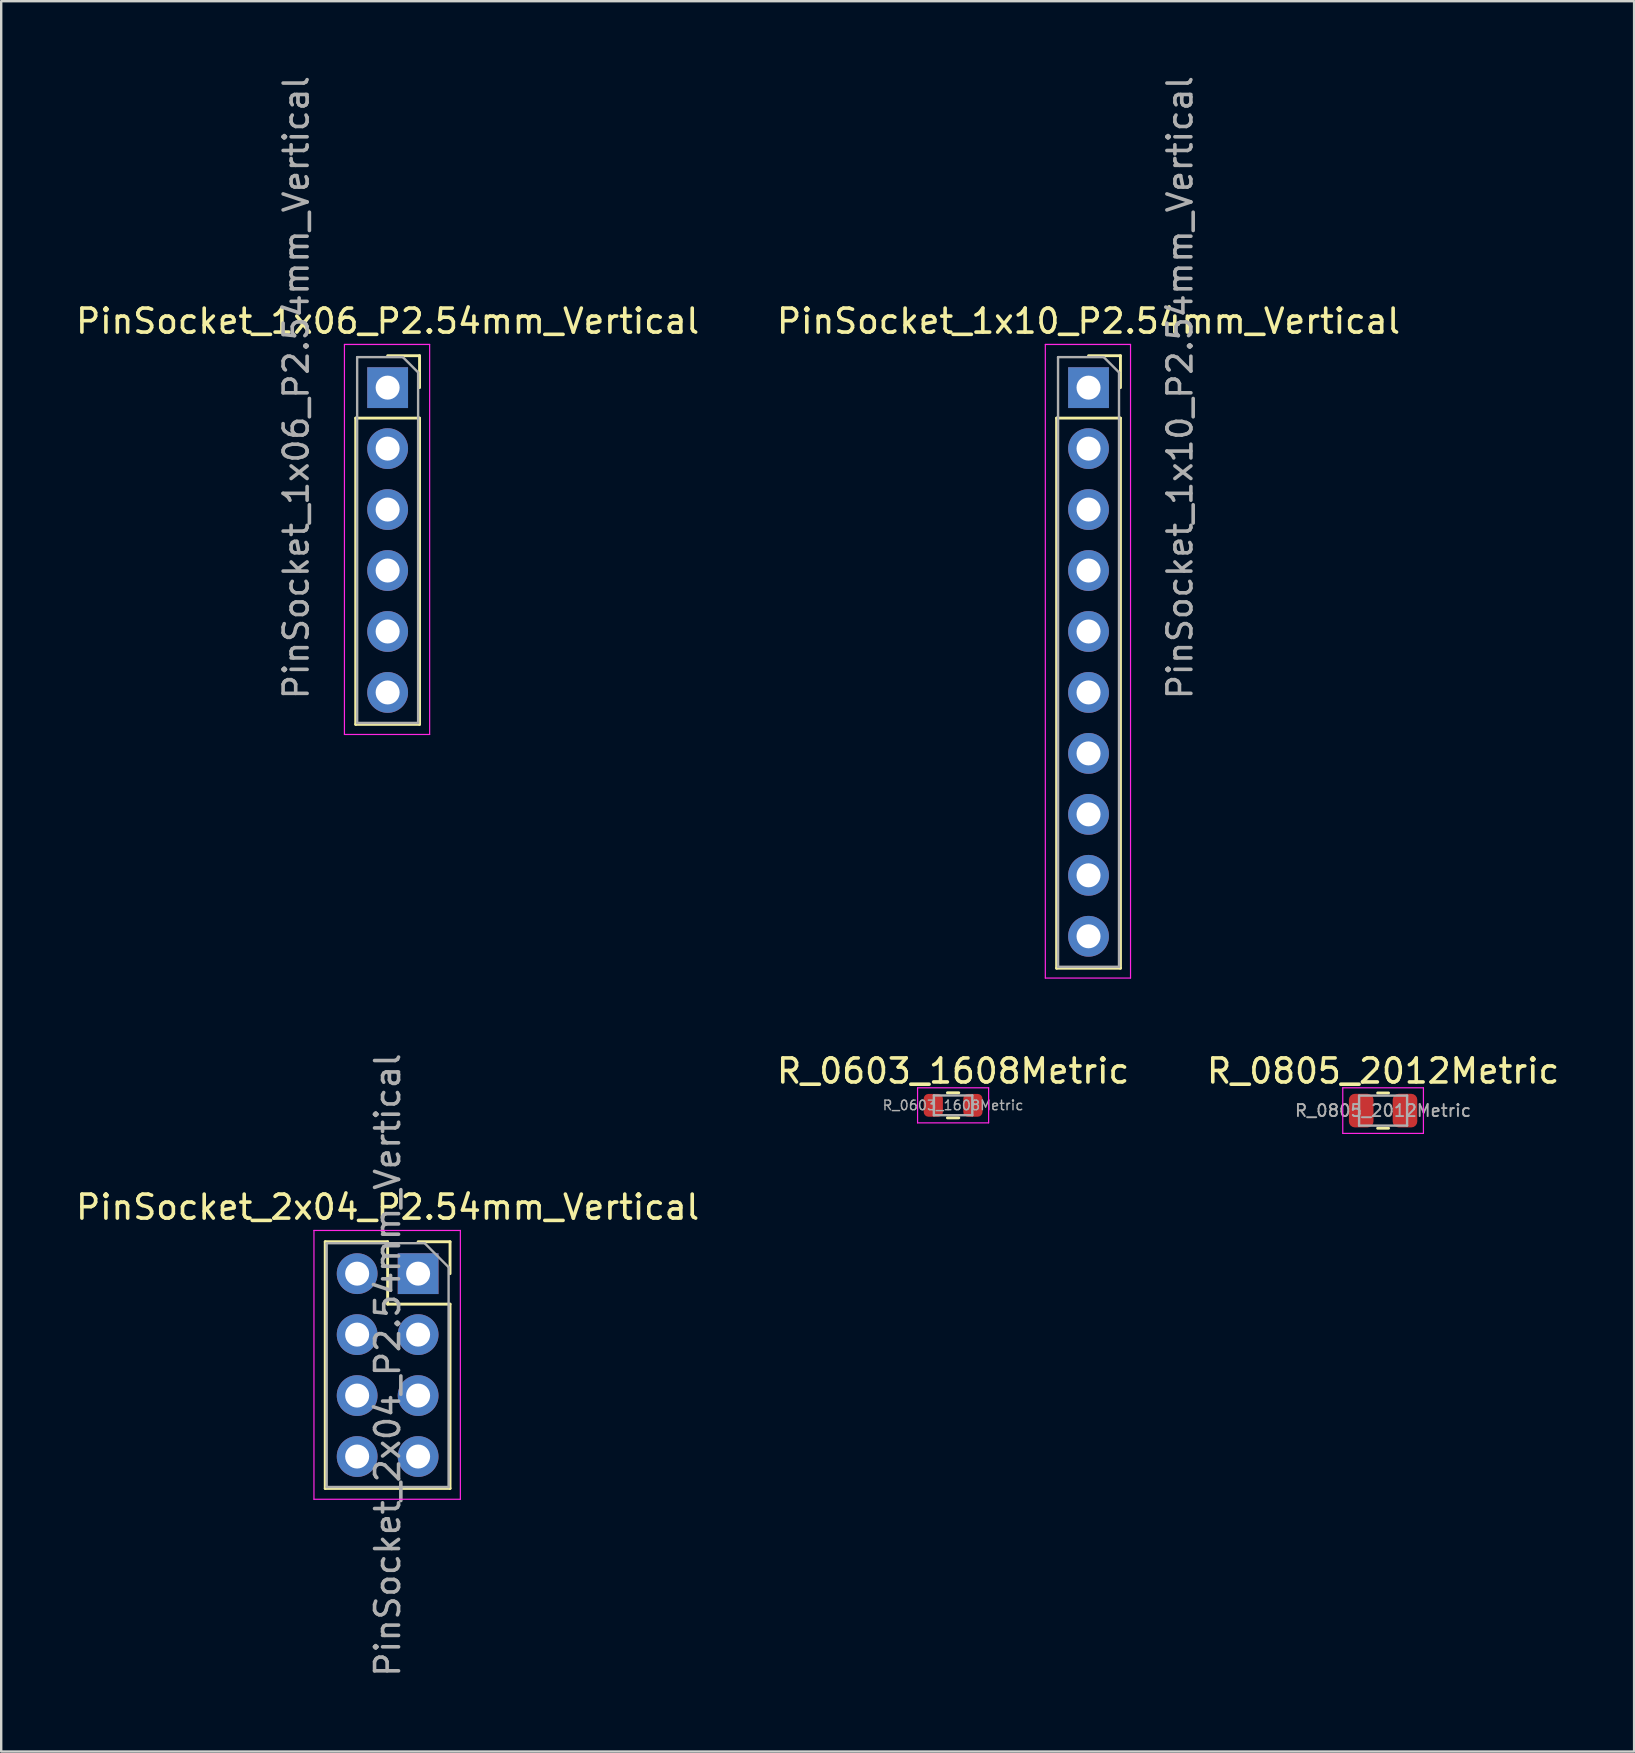
<source format=kicad_pcb>
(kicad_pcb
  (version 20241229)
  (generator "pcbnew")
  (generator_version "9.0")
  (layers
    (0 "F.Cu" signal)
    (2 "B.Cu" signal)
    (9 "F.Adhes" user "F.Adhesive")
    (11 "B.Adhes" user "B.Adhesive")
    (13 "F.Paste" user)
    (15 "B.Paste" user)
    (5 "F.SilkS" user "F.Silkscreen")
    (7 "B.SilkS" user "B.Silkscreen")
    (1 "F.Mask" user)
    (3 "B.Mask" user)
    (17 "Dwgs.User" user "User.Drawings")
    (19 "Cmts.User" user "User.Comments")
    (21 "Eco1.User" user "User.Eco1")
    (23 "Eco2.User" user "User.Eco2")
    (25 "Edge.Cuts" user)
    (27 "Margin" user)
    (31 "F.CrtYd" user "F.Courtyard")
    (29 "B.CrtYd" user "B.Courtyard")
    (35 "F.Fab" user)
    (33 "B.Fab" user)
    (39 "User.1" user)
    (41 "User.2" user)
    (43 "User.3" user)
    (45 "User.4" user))
  (footprint "R_0805_2012Metric"
    (layer "F.Cu")
    (at 54.577 43.224)
    (property "Reference" "R_0805_2012Metric" (at 0 -1.65 0) (layer "F.SilkS") (effects (font (size 1 1) (thickness 0.15))))
    (attr smd)
    (fp_line (start -0.227 -0.735) (end 0.227 -0.735) (stroke (width 0.12) (type solid)) (layer "F.SilkS"))
    (fp_line (start -0.227 0.735) (end 0.227 0.735) (stroke (width 0.12) (type solid)) (layer "F.SilkS"))
    (fp_line (start -1.68 -0.95) (end 1.68 -0.95) (stroke (width 0.05) (type solid)) (layer "F.CrtYd"))
    (fp_line (start -1.68 0.95) (end -1.68 -0.95) (stroke (width 0.05) (type solid)) (layer "F.CrtYd"))
    (fp_line (start 1.68 -0.95) (end 1.68 0.95) (stroke (width 0.05) (type solid)) (layer "F.CrtYd"))
    (fp_line (start 1.68 0.95) (end -1.68 0.95) (stroke (width 0.05) (type solid)) (layer "F.CrtYd"))
    (fp_line (start -1 -0.625) (end 1 -0.625) (stroke (width 0.1) (type solid)) (layer "F.Fab"))
    (fp_line (start -1 0.625) (end -1 -0.625) (stroke (width 0.1) (type solid)) (layer "F.Fab"))
    (fp_line (start 1 -0.625) (end 1 0.625) (stroke (width 0.1) (type solid)) (layer "F.Fab"))
    (fp_line (start 1 0.625) (end -1 0.625) (stroke (width 0.1) (type solid)) (layer "F.Fab"))
    (fp_text user "${REFERENCE}" (at 0 0 0) (layer "F.Fab") (effects (font (size 0.5 0.5) (thickness 0.08))))
    (pad "1" smd roundrect (at -0.912 0) (size 1.025 1.4) (layers "F.Cu" "F.Mask" "F.Paste") (roundrect_rratio 0.244))
    (pad "2" smd roundrect (at 0.912 0) (size 1.025 1.4) (layers "F.Cu" "F.Mask" "F.Paste") (roundrect_rratio 0.244)))
  (footprint "R_0603_1608Metric"
    (layer "F.Cu")
    (at 36.661 43.004)
    (property "Reference" "R_0603_1608Metric" (at 0 -1.43 0) (layer "F.SilkS") (effects (font (size 1 1) (thickness 0.15))))
    (attr smd)
    (fp_line (start -0.237 -0.522) (end 0.237 -0.522) (stroke (width 0.12) (type solid)) (layer "F.SilkS"))
    (fp_line (start -0.237 0.522) (end 0.237 0.522) (stroke (width 0.12) (type solid)) (layer "F.SilkS"))
    (fp_line (start -1.48 -0.73) (end 1.48 -0.73) (stroke (width 0.05) (type solid)) (layer "F.CrtYd"))
    (fp_line (start -1.48 0.73) (end -1.48 -0.73) (stroke (width 0.05) (type solid)) (layer "F.CrtYd"))
    (fp_line (start 1.48 -0.73) (end 1.48 0.73) (stroke (width 0.05) (type solid)) (layer "F.CrtYd"))
    (fp_line (start 1.48 0.73) (end -1.48 0.73) (stroke (width 0.05) (type solid)) (layer "F.CrtYd"))
    (fp_line (start -0.8 -0.412) (end 0.8 -0.412) (stroke (width 0.1) (type solid)) (layer "F.Fab"))
    (fp_line (start -0.8 0.412) (end -0.8 -0.412) (stroke (width 0.1) (type solid)) (layer "F.Fab"))
    (fp_line (start 0.8 -0.412) (end 0.8 0.412) (stroke (width 0.1) (type solid)) (layer "F.Fab"))
    (fp_line (start 0.8 0.412) (end -0.8 0.412) (stroke (width 0.1) (type solid)) (layer "F.Fab"))
    (fp_text user "${REFERENCE}" (at 0 0 0) (layer "F.Fab") (effects (font (size 0.4 0.4) (thickness 0.06))))
    (pad "1" smd roundrect (at -0.825 0) (size 0.8 0.95) (layers "F.Cu" "F.Mask" "F.Paste") (roundrect_rratio 0.25))
    (pad "2" smd roundrect (at 0.825 0) (size 0.8 0.95) (layers "F.Cu" "F.Mask" "F.Paste") (roundrect_rratio 0.25)))
  (footprint "PinSocket_1x06_P2.54mm_Vertical"
    (layer "F.Cu")
    (at 13.101 13.101)
    (property "Reference" "PinSocket_1x06_P2.54mm_Vertical" (at 0 -2.77 0) (layer "F.SilkS") (effects (font (size 1 1) (thickness 0.15))))
    (attr through_hole)
    (fp_line (start -1.33 1.27) (end -1.33 14.03) (stroke (width 0.12) (type solid)) (layer "F.SilkS"))
    (fp_line (start -1.33 1.27) (end 1.33 1.27) (stroke (width 0.12) (type solid)) (layer "F.SilkS"))
    (fp_line (start -1.33 14.03) (end 1.33 14.03) (stroke (width 0.12) (type solid)) (layer "F.SilkS"))
    (fp_line (start 0 -1.33) (end 1.33 -1.33) (stroke (width 0.12) (type solid)) (layer "F.SilkS"))
    (fp_line (start 1.33 -1.33) (end 1.33 0) (stroke (width 0.12) (type solid)) (layer "F.SilkS"))
    (fp_line (start 1.33 1.27) (end 1.33 14.03) (stroke (width 0.12) (type solid)) (layer "F.SilkS"))
    (fp_line (start -1.8 -1.8) (end 1.75 -1.8) (stroke (width 0.05) (type solid)) (layer "F.CrtYd"))
    (fp_line (start -1.8 14.45) (end -1.8 -1.8) (stroke (width 0.05) (type solid)) (layer "F.CrtYd"))
    (fp_line (start 1.75 -1.8) (end 1.75 14.45) (stroke (width 0.05) (type solid)) (layer "F.CrtYd"))
    (fp_line (start 1.75 14.45) (end -1.8 14.45) (stroke (width 0.05) (type solid)) (layer "F.CrtYd"))
    (fp_line (start -1.27 -1.27) (end 0.635 -1.27) (stroke (width 0.1) (type solid)) (layer "F.Fab"))
    (fp_line (start -1.27 13.97) (end -1.27 -1.27) (stroke (width 0.1) (type solid)) (layer "F.Fab"))
    (fp_line (start 0.635 -1.27) (end 1.27 -0.635) (stroke (width 0.1) (type solid)) (layer "F.Fab"))
    (fp_line (start 1.27 -0.635) (end 1.27 13.97) (stroke (width 0.1) (type solid)) (layer "F.Fab"))
    (fp_line (start 1.27 13.97) (end -1.27 13.97) (stroke (width 0.1) (type solid)) (layer "F.Fab"))
    (fp_text user "${REFERENCE}" (at -3.81 0 90) (layer "F.Fab") (effects (font (size 1 1) (thickness 0.15))))
    (pad "1" thru_hole rect (at 0 0) (size 1.7 1.7) (drill 1) (layers "*.Cu" "*.Mask"))
    (pad "2" thru_hole oval (at 0 2.54) (size 1.7 1.7) (drill 1) (layers "*.Cu" "*.Mask"))
    (pad "3" thru_hole oval (at 0 5.08) (size 1.7 1.7) (drill 1) (layers "*.Cu" "*.Mask"))
    (pad "4" thru_hole oval (at 0 7.62) (size 1.7 1.7) (drill 1) (layers "*.Cu" "*.Mask"))
    (pad "5" thru_hole oval (at 0 10.16) (size 1.7 1.7) (drill 1) (layers "*.Cu" "*.Mask"))
    (pad "6" thru_hole oval (at 0 12.7) (size 1.7 1.7) (drill 1) (layers "*.Cu" "*.Mask")))
  (footprint "PinSocket_2x04_P2.54mm_Vertical"
    (layer "F.Cu")
    (at 14.371 50.017)
    (property "Reference" "PinSocket_2x04_P2.54mm_Vertical" (at -1.27 -2.77 180) (layer "F.SilkS") (effects (font (size 1 1) (thickness 0.15))))
    (attr through_hole)
    (fp_line (start -3.87 -1.33) (end -3.87 8.95) (stroke (width 0.12) (type solid)) (layer "F.SilkS"))
    (fp_line (start -3.87 -1.33) (end -1.27 -1.33) (stroke (width 0.12) (type solid)) (layer "F.SilkS"))
    (fp_line (start -3.87 8.95) (end 1.33 8.95) (stroke (width 0.12) (type solid)) (layer "F.SilkS"))
    (fp_line (start -1.27 -1.33) (end -1.27 1.27) (stroke (width 0.12) (type solid)) (layer "F.SilkS"))
    (fp_line (start -1.27 1.27) (end 1.33 1.27) (stroke (width 0.12) (type solid)) (layer "F.SilkS"))
    (fp_line (start 0 -1.33) (end 1.33 -1.33) (stroke (width 0.12) (type solid)) (layer "F.SilkS"))
    (fp_line (start 1.33 -1.33) (end 1.33 0) (stroke (width 0.12) (type solid)) (layer "F.SilkS"))
    (fp_line (start 1.33 1.27) (end 1.33 8.95) (stroke (width 0.12) (type solid)) (layer "F.SilkS"))
    (fp_line (start -4.34 -1.8) (end 1.76 -1.8) (stroke (width 0.05) (type solid)) (layer "F.CrtYd"))
    (fp_line (start -4.34 9.4) (end -4.34 -1.8) (stroke (width 0.05) (type solid)) (layer "F.CrtYd"))
    (fp_line (start 1.76 -1.8) (end 1.76 9.4) (stroke (width 0.05) (type solid)) (layer "F.CrtYd"))
    (fp_line (start 1.76 9.4) (end -4.34 9.4) (stroke (width 0.05) (type solid)) (layer "F.CrtYd"))
    (fp_line (start -3.81 -1.27) (end 0.27 -1.27) (stroke (width 0.1) (type solid)) (layer "F.Fab"))
    (fp_line (start -3.81 8.89) (end -3.81 -1.27) (stroke (width 0.1) (type solid)) (layer "F.Fab"))
    (fp_line (start 0.27 -1.27) (end 1.27 -0.27) (stroke (width 0.1) (type solid)) (layer "F.Fab"))
    (fp_line (start 1.27 -0.27) (end 1.27 8.89) (stroke (width 0.1) (type solid)) (layer "F.Fab"))
    (fp_line (start 1.27 8.89) (end -3.81 8.89) (stroke (width 0.1) (type solid)) (layer "F.Fab"))
    (fp_text user "${REFERENCE}" (at -1.27 3.81 270) (layer "F.Fab") (effects (font (size 1 1) (thickness 0.15))))
    (pad "1" thru_hole rect (at 0 0) (size 1.7 1.7) (drill 1) (layers "*.Cu" "*.Mask"))
    (pad "2" thru_hole oval (at -2.54 0) (size 1.7 1.7) (drill 1) (layers "*.Cu" "*.Mask"))
    (pad "3" thru_hole oval (at 0 2.54) (size 1.7 1.7) (drill 1) (layers "*.Cu" "*.Mask"))
    (pad "4" thru_hole oval (at -2.54 2.54) (size 1.7 1.7) (drill 1) (layers "*.Cu" "*.Mask"))
    (pad "5" thru_hole oval (at 0 5.08) (size 1.7 1.7) (drill 1) (layers "*.Cu" "*.Mask"))
    (pad "6" thru_hole oval (at -2.54 5.08) (size 1.7 1.7) (drill 1) (layers "*.Cu" "*.Mask"))
    (pad "7" thru_hole oval (at 0 7.62) (size 1.7 1.7) (drill 1) (layers "*.Cu" "*.Mask"))
    (pad "8" thru_hole oval (at -2.54 7.62) (size 1.7 1.7) (drill 1) (layers "*.Cu" "*.Mask")))
  (footprint "PinSocket_1x10_P2.54mm_Vertical"
    (layer "F.Cu")
    (at 42.304 13.101)
    (property "Reference" "PinSocket_1x10_P2.54mm_Vertical" (at 0 -2.77 0) (layer "F.SilkS") (effects (font (size 1 1) (thickness 0.15))))
    (attr through_hole)
    (fp_line (start -1.33 1.27) (end -1.33 24.19) (stroke (width 0.12) (type solid)) (layer "F.SilkS"))
    (fp_line (start -1.33 1.27) (end 1.33 1.27) (stroke (width 0.12) (type solid)) (layer "F.SilkS"))
    (fp_line (start -1.33 24.19) (end 1.33 24.19) (stroke (width 0.12) (type solid)) (layer "F.SilkS"))
    (fp_line (start 0 -1.33) (end 1.33 -1.33) (stroke (width 0.12) (type solid)) (layer "F.SilkS"))
    (fp_line (start 1.33 -1.33) (end 1.33 0) (stroke (width 0.12) (type solid)) (layer "F.SilkS"))
    (fp_line (start 1.33 1.27) (end 1.33 24.19) (stroke (width 0.12) (type solid)) (layer "F.SilkS"))
    (fp_line (start -1.8 -1.8) (end 1.75 -1.8) (stroke (width 0.05) (type solid)) (layer "F.CrtYd"))
    (fp_line (start -1.8 24.6) (end -1.8 -1.8) (stroke (width 0.05) (type solid)) (layer "F.CrtYd"))
    (fp_line (start 1.75 -1.8) (end 1.75 24.6) (stroke (width 0.05) (type solid)) (layer "F.CrtYd"))
    (fp_line (start 1.75 24.6) (end -1.8 24.6) (stroke (width 0.05) (type solid)) (layer "F.CrtYd"))
    (fp_line (start -1.27 -1.27) (end 0.635 -1.27) (stroke (width 0.1) (type solid)) (layer "F.Fab"))
    (fp_line (start -1.27 24.13) (end -1.27 -1.27) (stroke (width 0.1) (type solid)) (layer "F.Fab"))
    (fp_line (start 0.635 -1.27) (end 1.27 -0.635) (stroke (width 0.1) (type solid)) (layer "F.Fab"))
    (fp_line (start 1.27 -0.635) (end 1.27 24.13) (stroke (width 0.1) (type solid)) (layer "F.Fab"))
    (fp_line (start 1.27 24.13) (end -1.27 24.13) (stroke (width 0.1) (type solid)) (layer "F.Fab"))
    (fp_text user "${REFERENCE}" (at 3.81 0 270) (layer "F.Fab") (effects (font (size 1 1) (thickness 0.15))))
    (pad "1" thru_hole rect (at 0 0) (size 1.7 1.7) (drill 1) (layers "*.Cu" "*.Mask"))
    (pad "2" thru_hole oval (at 0 2.54) (size 1.7 1.7) (drill 1) (layers "*.Cu" "*.Mask"))
    (pad "3" thru_hole oval (at 0 5.08) (size 1.7 1.7) (drill 1) (layers "*.Cu" "*.Mask"))
    (pad "4" thru_hole oval (at 0 7.62) (size 1.7 1.7) (drill 1) (layers "*.Cu" "*.Mask"))
    (pad "5" thru_hole oval (at 0 10.16) (size 1.7 1.7) (drill 1) (layers "*.Cu" "*.Mask"))
    (pad "6" thru_hole oval (at 0 12.7) (size 1.7 1.7) (drill 1) (layers "*.Cu" "*.Mask"))
    (pad "7" thru_hole oval (at 0 15.24) (size 1.7 1.7) (drill 1) (layers "*.Cu" "*.Mask"))
    (pad "8" thru_hole oval (at 0 17.78) (size 1.7 1.7) (drill 1) (layers "*.Cu" "*.Mask"))
    (pad "9" thru_hole oval (at 0 20.32) (size 1.7 1.7) (drill 1) (layers "*.Cu" "*.Mask"))
    (pad "10" thru_hole oval (at 0 22.86) (size 1.7 1.7) (drill 1) (layers "*.Cu" "*.Mask")))
  (gr_rect
    (start -3 -3)
    (end 65.036 69.929)
    (stroke (width 0.1) (type default))
    (fill no)
    (layer "Edge.Cuts")))
</source>
